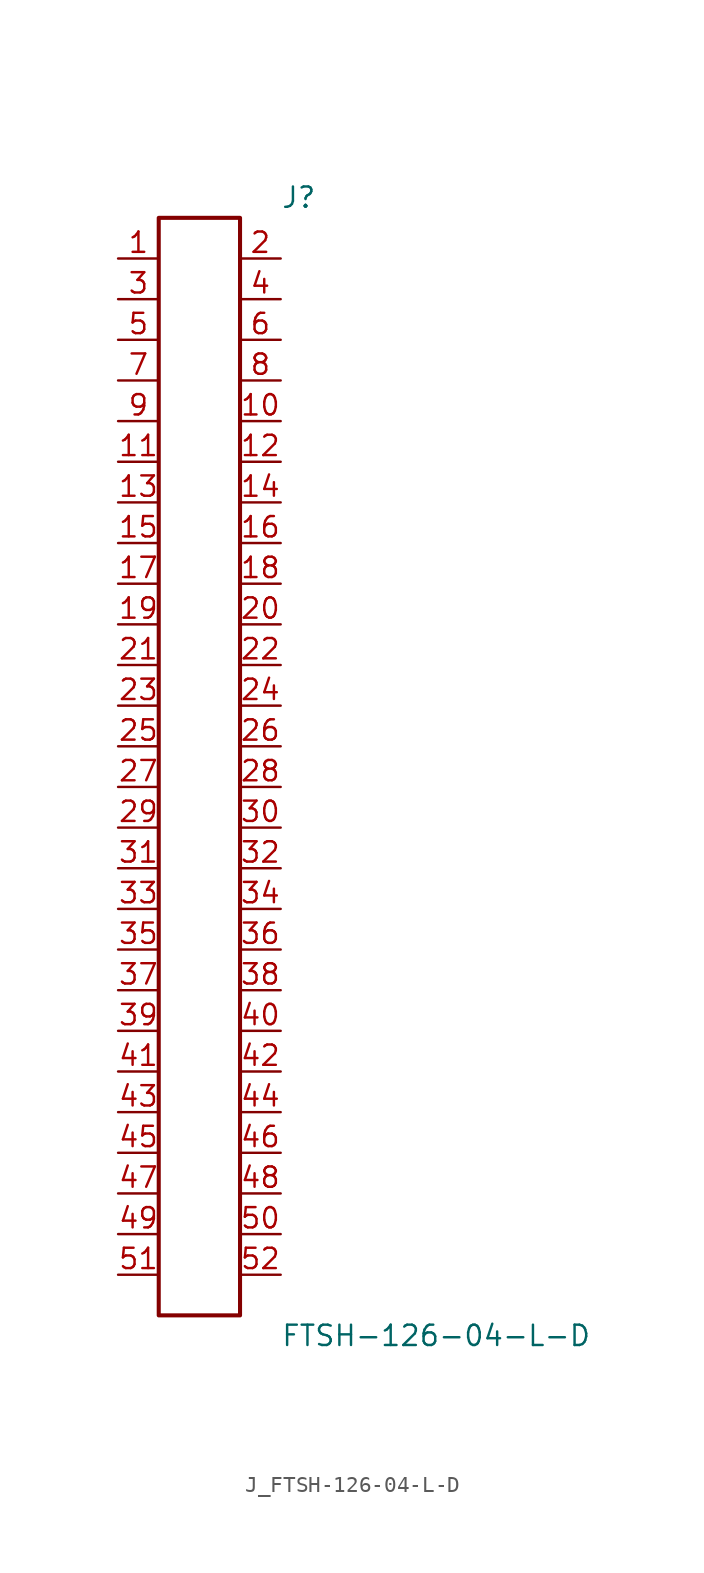
<source format=kicad_sym>
(kicad_symbol_lib
  (version 20231120)
  (generator kicad_symbol_editor)
  (generator_version 8.0)
  (symbol "J_FTSH-126-04-L-D"
    (pin_names
      (offset 0.254))
    (property "Reference" "J"
      (at 5.08 35.56 0)
      (effects (font (size 1.27 1.27)) (justify left)))
    (property "Value" "FTSH-126-04-L-D"
      (at 5.08 -35.56 0)
      (effects (font (size 1.27 1.27)) (justify left)))
    (symbol "J_FTSH-126-04-L-D_0_0"
      (pin passive line (at -5.08 31.75 0) (length 2.54) (name "" (effects (font (size 1.27 1.27)))) (number "1" (effects (font (size 1.27 1.27)))))
      (pin passive line (at 5.08 31.75 180) (length 2.54) (name "" (effects (font (size 1.27 1.27)))) (number "2" (effects (font (size 1.27 1.27)))))
      (pin passive line (at -5.08 29.21 0) (length 2.54) (name "" (effects (font (size 1.27 1.27)))) (number "3" (effects (font (size 1.27 1.27)))))
      (pin passive line (at 5.08 29.21 180) (length 2.54) (name "" (effects (font (size 1.27 1.27)))) (number "4" (effects (font (size 1.27 1.27)))))
      (pin passive line (at -5.08 26.67 0) (length 2.54) (name "" (effects (font (size 1.27 1.27)))) (number "5" (effects (font (size 1.27 1.27)))))
      (pin passive line (at 5.08 26.67 180) (length 2.54) (name "" (effects (font (size 1.27 1.27)))) (number "6" (effects (font (size 1.27 1.27)))))
      (pin passive line (at -5.08 24.13 0) (length 2.54) (name "" (effects (font (size 1.27 1.27)))) (number "7" (effects (font (size 1.27 1.27)))))
      (pin passive line (at 5.08 24.13 180) (length 2.54) (name "" (effects (font (size 1.27 1.27)))) (number "8" (effects (font (size 1.27 1.27)))))
      (pin passive line (at -5.08 21.59 0) (length 2.54) (name "" (effects (font (size 1.27 1.27)))) (number "9" (effects (font (size 1.27 1.27)))))
      (pin passive line (at 5.08 21.59 180) (length 2.54) (name "" (effects (font (size 1.27 1.27)))) (number "10" (effects (font (size 1.27 1.27)))))
      (pin passive line (at -5.08 19.05 0) (length 2.54) (name "" (effects (font (size 1.27 1.27)))) (number "11" (effects (font (size 1.27 1.27)))))
      (pin passive line (at 5.08 19.05 180) (length 2.54) (name "" (effects (font (size 1.27 1.27)))) (number "12" (effects (font (size 1.27 1.27)))))
      (pin passive line (at -5.08 16.51 0) (length 2.54) (name "" (effects (font (size 1.27 1.27)))) (number "13" (effects (font (size 1.27 1.27)))))
      (pin passive line (at 5.08 16.51 180) (length 2.54) (name "" (effects (font (size 1.27 1.27)))) (number "14" (effects (font (size 1.27 1.27)))))
      (pin passive line (at -5.08 13.97 0) (length 2.54) (name "" (effects (font (size 1.27 1.27)))) (number "15" (effects (font (size 1.27 1.27)))))
      (pin passive line (at 5.08 13.97 180) (length 2.54) (name "" (effects (font (size 1.27 1.27)))) (number "16" (effects (font (size 1.27 1.27)))))
      (pin passive line (at -5.08 11.43 0) (length 2.54) (name "" (effects (font (size 1.27 1.27)))) (number "17" (effects (font (size 1.27 1.27)))))
      (pin passive line (at 5.08 11.43 180) (length 2.54) (name "" (effects (font (size 1.27 1.27)))) (number "18" (effects (font (size 1.27 1.27)))))
      (pin passive line (at -5.08 8.89 0) (length 2.54) (name "" (effects (font (size 1.27 1.27)))) (number "19" (effects (font (size 1.27 1.27)))))
      (pin passive line (at 5.08 8.89 180) (length 2.54) (name "" (effects (font (size 1.27 1.27)))) (number "20" (effects (font (size 1.27 1.27)))))
      (pin passive line (at -5.08 6.35 0) (length 2.54) (name "" (effects (font (size 1.27 1.27)))) (number "21" (effects (font (size 1.27 1.27)))))
      (pin passive line (at 5.08 6.35 180) (length 2.54) (name "" (effects (font (size 1.27 1.27)))) (number "22" (effects (font (size 1.27 1.27)))))
      (pin passive line (at -5.08 3.81 0) (length 2.54) (name "" (effects (font (size 1.27 1.27)))) (number "23" (effects (font (size 1.27 1.27)))))
      (pin passive line (at 5.08 3.81 180) (length 2.54) (name "" (effects (font (size 1.27 1.27)))) (number "24" (effects (font (size 1.27 1.27)))))
      (pin passive line (at -5.08 1.27 0) (length 2.54) (name "" (effects (font (size 1.27 1.27)))) (number "25" (effects (font (size 1.27 1.27)))))
      (pin passive line (at 5.08 1.27 180) (length 2.54) (name "" (effects (font (size 1.27 1.27)))) (number "26" (effects (font (size 1.27 1.27)))))
      (pin passive line (at -5.08 -1.27 0) (length 2.54) (name "" (effects (font (size 1.27 1.27)))) (number "27" (effects (font (size 1.27 1.27)))))
      (pin passive line (at 5.08 -1.27 180) (length 2.54) (name "" (effects (font (size 1.27 1.27)))) (number "28" (effects (font (size 1.27 1.27)))))
      (pin passive line (at -5.08 -3.81 0) (length 2.54) (name "" (effects (font (size 1.27 1.27)))) (number "29" (effects (font (size 1.27 1.27)))))
      (pin passive line (at 5.08 -3.81 180) (length 2.54) (name "" (effects (font (size 1.27 1.27)))) (number "30" (effects (font (size 1.27 1.27)))))
      (pin passive line (at -5.08 -6.35 0) (length 2.54) (name "" (effects (font (size 1.27 1.27)))) (number "31" (effects (font (size 1.27 1.27)))))
      (pin passive line (at 5.08 -6.35 180) (length 2.54) (name "" (effects (font (size 1.27 1.27)))) (number "32" (effects (font (size 1.27 1.27)))))
      (pin passive line (at -5.08 -8.89 0) (length 2.54) (name "" (effects (font (size 1.27 1.27)))) (number "33" (effects (font (size 1.27 1.27)))))
      (pin passive line (at 5.08 -8.89 180) (length 2.54) (name "" (effects (font (size 1.27 1.27)))) (number "34" (effects (font (size 1.27 1.27)))))
      (pin passive line (at -5.08 -11.43 0) (length 2.54) (name "" (effects (font (size 1.27 1.27)))) (number "35" (effects (font (size 1.27 1.27)))))
      (pin passive line (at 5.08 -11.43 180) (length 2.54) (name "" (effects (font (size 1.27 1.27)))) (number "36" (effects (font (size 1.27 1.27)))))
      (pin passive line (at -5.08 -13.97 0) (length 2.54) (name "" (effects (font (size 1.27 1.27)))) (number "37" (effects (font (size 1.27 1.27)))))
      (pin passive line (at 5.08 -13.97 180) (length 2.54) (name "" (effects (font (size 1.27 1.27)))) (number "38" (effects (font (size 1.27 1.27)))))
      (pin passive line (at -5.08 -16.51 0) (length 2.54) (name "" (effects (font (size 1.27 1.27)))) (number "39" (effects (font (size 1.27 1.27)))))
      (pin passive line (at 5.08 -16.51 180) (length 2.54) (name "" (effects (font (size 1.27 1.27)))) (number "40" (effects (font (size 1.27 1.27)))))
      (pin passive line (at -5.08 -19.05 0) (length 2.54) (name "" (effects (font (size 1.27 1.27)))) (number "41" (effects (font (size 1.27 1.27)))))
      (pin passive line (at 5.08 -19.05 180) (length 2.54) (name "" (effects (font (size 1.27 1.27)))) (number "42" (effects (font (size 1.27 1.27)))))
      (pin passive line (at -5.08 -21.59 0) (length 2.54) (name "" (effects (font (size 1.27 1.27)))) (number "43" (effects (font (size 1.27 1.27)))))
      (pin passive line (at 5.08 -21.59 180) (length 2.54) (name "" (effects (font (size 1.27 1.27)))) (number "44" (effects (font (size 1.27 1.27)))))
      (pin passive line (at -5.08 -24.13 0) (length 2.54) (name "" (effects (font (size 1.27 1.27)))) (number "45" (effects (font (size 1.27 1.27)))))
      (pin passive line (at 5.08 -24.13 180) (length 2.54) (name "" (effects (font (size 1.27 1.27)))) (number "46" (effects (font (size 1.27 1.27)))))
      (pin passive line (at -5.08 -26.67 0) (length 2.54) (name "" (effects (font (size 1.27 1.27)))) (number "47" (effects (font (size 1.27 1.27)))))
      (pin passive line (at 5.08 -26.67 180) (length 2.54) (name "" (effects (font (size 1.27 1.27)))) (number "48" (effects (font (size 1.27 1.27)))))
      (pin passive line (at -5.08 -29.21 0) (length 2.54) (name "" (effects (font (size 1.27 1.27)))) (number "49" (effects (font (size 1.27 1.27)))))
      (pin passive line (at 5.08 -29.21 180) (length 2.54) (name "" (effects (font (size 1.27 1.27)))) (number "50" (effects (font (size 1.27 1.27)))))
      (pin passive line (at -5.08 -31.75 0) (length 2.54) (name "" (effects (font (size 1.27 1.27)))) (number "51" (effects (font (size 1.27 1.27)))))
      (pin passive line (at 5.08 -31.75 180) (length 2.54) (name "" (effects (font (size 1.27 1.27)))) (number "52" (effects (font (size 1.27 1.27))))))
    (symbol "J_FTSH-126-04-L-D_1_0"
      (rectangle (start -2.54 34.29) (end 2.54 -34.29) (stroke (width 0.254) (type solid)) (fill (type none))))))
</source>
